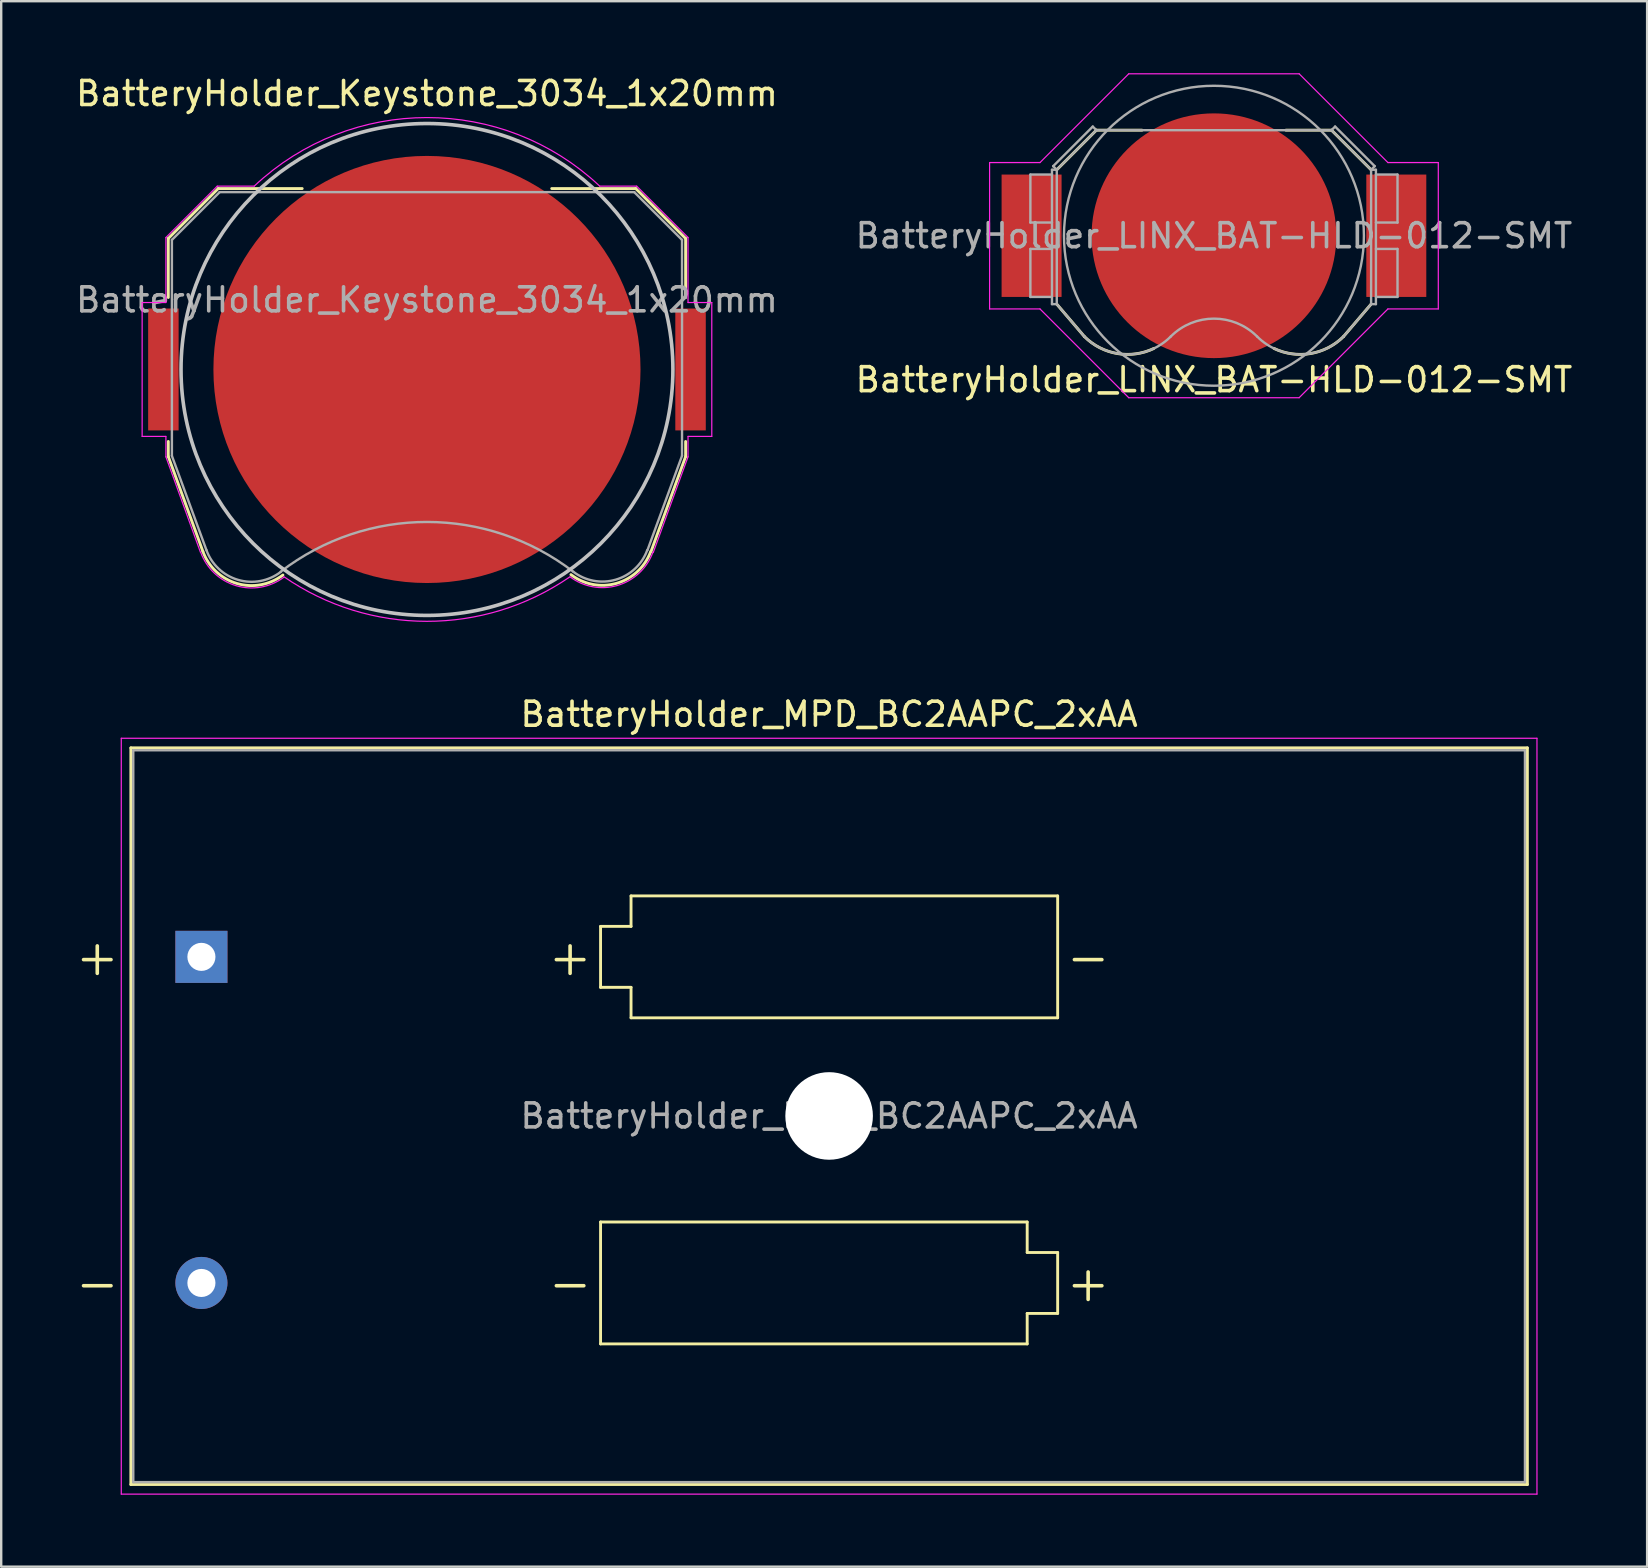
<source format=kicad_pcb>
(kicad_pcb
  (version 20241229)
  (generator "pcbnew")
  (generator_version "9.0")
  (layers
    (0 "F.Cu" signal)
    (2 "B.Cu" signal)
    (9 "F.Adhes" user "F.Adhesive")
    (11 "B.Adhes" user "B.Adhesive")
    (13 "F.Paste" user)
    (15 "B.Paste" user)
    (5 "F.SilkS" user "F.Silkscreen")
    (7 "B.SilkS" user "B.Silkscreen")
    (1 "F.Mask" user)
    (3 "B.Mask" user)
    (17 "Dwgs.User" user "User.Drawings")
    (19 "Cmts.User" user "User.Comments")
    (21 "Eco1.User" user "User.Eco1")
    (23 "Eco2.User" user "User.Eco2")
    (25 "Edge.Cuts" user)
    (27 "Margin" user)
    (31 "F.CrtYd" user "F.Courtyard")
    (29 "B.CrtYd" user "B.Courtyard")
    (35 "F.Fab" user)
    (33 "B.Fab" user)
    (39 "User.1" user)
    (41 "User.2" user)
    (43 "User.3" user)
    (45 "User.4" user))
  (footprint "BatteryHolder_Keystone_3034_1x20mm"
    (layer "F.Cu")
    (at 14.744 12.348)
    (property "Reference" "BatteryHolder_Keystone_3034_1x20mm" (at 0 -11.5 0) (layer "F.SilkS") (effects (font (size 1 1) (thickness 0.15))))
    (attr smd)
    (fp_line (start -10.78 -5.46) (end -10.78 -3) (stroke (width 0.12) (type solid)) (layer "F.SilkS"))
    (fp_line (start -10.78 3) (end -10.78 3.63) (stroke (width 0.12) (type solid)) (layer "F.SilkS"))
    (fp_line (start -10.78 3.63) (end -9.34 7.58) (stroke (width 0.12) (type solid)) (layer "F.SilkS"))
    (fp_line (start -8.7 -7.54) (end -10.78 -5.46) (stroke (width 0.12) (type solid)) (layer "F.SilkS"))
    (fp_line (start -5.2 -7.54) (end -8.7 -7.54) (stroke (width 0.12) (type solid)) (layer "F.SilkS"))
    (fp_line (start 8.7 -7.54) (end 5.2 -7.54) (stroke (width 0.12) (type solid)) (layer "F.SilkS"))
    (fp_line (start 8.7 -7.54) (end 10.78 -5.46) (stroke (width 0.12) (type solid)) (layer "F.SilkS"))
    (fp_line (start 10.78 -5.46) (end 10.78 -3) (stroke (width 0.12) (type solid)) (layer "F.SilkS"))
    (fp_line (start 10.78 3) (end 10.78 3.63) (stroke (width 0.12) (type solid)) (layer "F.SilkS"))
    (fp_line (start 10.78 3.63) (end 9.34 7.58) (stroke (width 0.12) (type solid)) (layer "F.SilkS"))
    (fp_arc (start -6.003354 8.56653) (mid -7.921654 8.918738) (end -9.34 7.58) (stroke (width 0.12) (type solid)) (layer "F.SilkS"))
    (fp_arc (start 9.325243 7.588169) (mid 7.90634 8.911668) (end 6 8.55) (stroke (width 0.12) (type solid)) (layer "F.SilkS"))
    (fp_circle (center 0 0) (end 0 10.25) (stroke (width 0.15) (type solid)) (fill no) (layer "Dwgs.User"))
    (fp_line (start -11.87 -2.79) (end -11.87 2.79) (stroke (width 0.05) (type solid)) (layer "F.CrtYd"))
    (fp_line (start -11.87 2.79) (end -10.88 2.79) (stroke (width 0.05) (type solid)) (layer "F.CrtYd"))
    (fp_line (start -10.88 -5.5) (end -10.88 -2.79) (stroke (width 0.05) (type solid)) (layer "F.CrtYd"))
    (fp_line (start -10.88 -2.79) (end -11.87 -2.79) (stroke (width 0.05) (type solid)) (layer "F.CrtYd"))
    (fp_line (start -10.88 2.79) (end -10.88 3.64) (stroke (width 0.05) (type solid)) (layer "F.CrtYd"))
    (fp_line (start -10.88 3.64) (end -9.44 7.62) (stroke (width 0.05) (type solid)) (layer "F.CrtYd"))
    (fp_line (start -8.74 -7.64) (end -10.88 -5.5) (stroke (width 0.05) (type solid)) (layer "F.CrtYd"))
    (fp_line (start -7.2 -7.64) (end -8.74 -7.64) (stroke (width 0.05) (type solid)) (layer "F.CrtYd"))
    (fp_line (start 8.74 -7.64) (end 7.2 -7.64) (stroke (width 0.05) (type solid)) (layer "F.CrtYd"))
    (fp_line (start 9.43 7.63) (end 10.88 3.64) (stroke (width 0.05) (type solid)) (layer "F.CrtYd"))
    (fp_line (start 10.88 -5.5) (end 8.74 -7.64) (stroke (width 0.05) (type solid)) (layer "F.CrtYd"))
    (fp_line (start 10.88 -2.79) (end 10.88 -5.5) (stroke (width 0.05) (type solid)) (layer "F.CrtYd"))
    (fp_line (start 10.88 2.79) (end 11.87 2.79) (stroke (width 0.05) (type solid)) (layer "F.CrtYd"))
    (fp_line (start 10.88 3.64) (end 10.88 2.79) (stroke (width 0.05) (type solid)) (layer "F.CrtYd"))
    (fp_line (start 11.87 -2.79) (end 10.88 -2.79) (stroke (width 0.05) (type solid)) (layer "F.CrtYd"))
    (fp_line (start 11.87 2.79) (end 11.87 -2.79) (stroke (width 0.05) (type solid)) (layer "F.CrtYd"))
    (fp_arc (start -7.199546 -7.640427) (mid 0.000312 -10.498075) (end 7.2 -7.64) (stroke (width 0.05) (type solid)) (layer "F.CrtYd"))
    (fp_arc (start -5.956965 8.654604) (mid -7.953941 9.011629) (end -9.43 7.62) (stroke (width 0.05) (type solid)) (layer "F.CrtYd"))
    (fp_arc (start 5.945368 8.650075) (mid -0.008883 10.496243) (end -5.96 8.64) (stroke (width 0.05) (type solid)) (layer "F.CrtYd"))
    (fp_arc (start 9.415144 7.621341) (mid 7.944017 9.000493) (end 5.96 8.64) (stroke (width 0.05) (type solid)) (layer "F.CrtYd"))
    (fp_line (start -10.63 -5.4) (end -8.64 -7.39) (stroke (width 0.1) (type solid)) (layer "F.Fab"))
    (fp_line (start -10.63 3.6) (end -10.63 -5.4) (stroke (width 0.1) (type solid)) (layer "F.Fab"))
    (fp_line (start -9.19 7.53) (end -10.63 3.6) (stroke (width 0.1) (type solid)) (layer "F.Fab"))
    (fp_line (start -8.64 -7.39) (end 8.64 -7.39) (stroke (width 0.1) (type solid)) (layer "F.Fab"))
    (fp_line (start 8.64 -7.39) (end 10.63 -5.4) (stroke (width 0.1) (type solid)) (layer "F.Fab"))
    (fp_line (start 10.63 -5.4) (end 10.63 3.6) (stroke (width 0.1) (type solid)) (layer "F.Fab"))
    (fp_line (start 10.63 3.6) (end 9.19 7.53) (stroke (width 0.1) (type solid)) (layer "F.Fab"))
    (fp_arc (start -6.096146 8.438508) (mid -7.87328 8.768206) (end -9.19 7.53) (stroke (width 0.1) (type solid)) (layer "F.Fab"))
    (fp_arc (start -6.094852 8.426043) (mid 0.003247 6.355257) (end 6.1 8.43) (stroke (width 0.1) (type solid)) (layer "F.Fab"))
    (fp_arc (start 9.180727 7.528882) (mid 7.868698 8.760067) (end 6.1 8.43) (stroke (width 0.1) (type solid)) (layer "F.Fab"))
    (fp_text user "${REFERENCE}" (at 0 -2.9 0) (layer "F.Fab") (effects (font (size 1 1) (thickness 0.15))))
    (pad "1" smd rect (at -10.985 0) (size 1.27 5.08) (layers "F.Cu" "F.Mask" "F.Paste"))
    (pad "1" smd rect (at 10.985 0) (size 1.27 5.08) (layers "F.Cu" "F.Mask" "F.Paste"))
    (pad "2" smd circle (at 0 0) (size 17.8 17.8) (layers "F.Cu" "F.Mask")))
  (footprint "BatteryHolder_MPD_BC2AAPC_2xAA"
    (layer "F.Cu")
    (at 5.344 36.828)
    (property "Reference" "BatteryHolder_MPD_BC2AAPC_2xAA" (at 26.16 -10.11 0) (layer "F.SilkS") (effects (font (size 1 1) (thickness 0.15))))
    (attr through_hole)
    (fp_line (start -2.94 -8.71) (end -2.94 21.99) (stroke (width 0.12) (type solid)) (layer "F.SilkS"))
    (fp_line (start -2.94 21.99) (end 55.26 21.99) (stroke (width 0.12) (type solid)) (layer "F.SilkS"))
    (fp_line (start 16.635 -1.27) (end 17.905 -1.27) (stroke (width 0.12) (type solid)) (layer "F.SilkS"))
    (fp_line (start 16.635 1.27) (end 16.635 -1.27) (stroke (width 0.12) (type solid)) (layer "F.SilkS"))
    (fp_line (start 16.635 11.05) (end 16.635 16.13) (stroke (width 0.12) (type solid)) (layer "F.SilkS"))
    (fp_line (start 16.635 16.13) (end 34.415 16.13) (stroke (width 0.12) (type solid)) (layer "F.SilkS"))
    (fp_line (start 17.905 -2.54) (end 35.685 -2.54) (stroke (width 0.12) (type solid)) (layer "F.SilkS"))
    (fp_line (start 17.905 -1.27) (end 17.905 -2.54) (stroke (width 0.12) (type solid)) (layer "F.SilkS"))
    (fp_line (start 17.905 1.27) (end 16.635 1.27) (stroke (width 0.12) (type solid)) (layer "F.SilkS"))
    (fp_line (start 17.905 2.54) (end 17.905 1.27) (stroke (width 0.12) (type solid)) (layer "F.SilkS"))
    (fp_line (start 34.415 11.05) (end 16.635 11.05) (stroke (width 0.12) (type solid)) (layer "F.SilkS"))
    (fp_line (start 34.415 12.32) (end 34.415 11.05) (stroke (width 0.12) (type solid)) (layer "F.SilkS"))
    (fp_line (start 34.415 14.86) (end 35.685 14.86) (stroke (width 0.12) (type solid)) (layer "F.SilkS"))
    (fp_line (start 34.415 16.13) (end 34.415 14.86) (stroke (width 0.12) (type solid)) (layer "F.SilkS"))
    (fp_line (start 35.685 -2.54) (end 35.685 2.54) (stroke (width 0.12) (type solid)) (layer "F.SilkS"))
    (fp_line (start 35.685 2.54) (end 17.905 2.54) (stroke (width 0.12) (type solid)) (layer "F.SilkS"))
    (fp_line (start 35.685 12.32) (end 34.415 12.32) (stroke (width 0.12) (type solid)) (layer "F.SilkS"))
    (fp_line (start 35.685 14.86) (end 35.685 12.32) (stroke (width 0.12) (type solid)) (layer "F.SilkS"))
    (fp_line (start 55.26 -8.71) (end -2.94 -8.71) (stroke (width 0.12) (type solid)) (layer "F.SilkS"))
    (fp_line (start 55.26 21.99) (end 55.26 -8.71) (stroke (width 0.12) (type solid)) (layer "F.SilkS"))
    (fp_line (start -3.34 -9.11) (end -3.34 22.39) (stroke (width 0.05) (type solid)) (layer "F.CrtYd"))
    (fp_line (start -3.34 22.39) (end 55.66 22.39) (stroke (width 0.05) (type solid)) (layer "F.CrtYd"))
    (fp_line (start 55.66 -9.11) (end -3.34 -9.11) (stroke (width 0.05) (type solid)) (layer "F.CrtYd"))
    (fp_line (start 55.66 22.39) (end 55.66 -9.11) (stroke (width 0.05) (type solid)) (layer "F.CrtYd"))
    (fp_line (start -2.84 -8.61) (end -2.84 21.89) (stroke (width 0.1) (type solid)) (layer "F.Fab"))
    (fp_line (start -2.84 21.89) (end 55.16 21.89) (stroke (width 0.1) (type solid)) (layer "F.Fab"))
    (fp_line (start 55.16 -8.61) (end -2.84 -8.61) (stroke (width 0.1) (type solid)) (layer "F.Fab"))
    (fp_line (start 55.16 21.89) (end 55.16 -8.61) (stroke (width 0.1) (type solid)) (layer "F.Fab"))
    (fp_text user "+" (at -4.34 0 0) (layer "F.SilkS") (effects (font (size 1.5 1.5) (thickness 0.15))))
    (fp_text user "+" (at 36.955 13.59 0) (layer "F.SilkS") (effects (font (size 1.5 1.5) (thickness 0.15))))
    (fp_text user "-" (at -4.34 13.59 0) (layer "F.SilkS") (effects (font (size 1.5 1.5) (thickness 0.15))))
    (fp_text user "-" (at 36.955 0 0) (layer "F.SilkS") (effects (font (size 1.5 1.5) (thickness 0.15))))
    (fp_text user "+" (at 15.365 0 0) (layer "F.SilkS") (effects (font (size 1.5 1.5) (thickness 0.15))))
    (fp_text user "-" (at 15.365 13.59 0) (layer "F.SilkS") (effects (font (size 1.5 1.5) (thickness 0.15))))
    (fp_text user "${REFERENCE}" (at 26.16 6.63 0) (layer "F.Fab") (effects (font (size 1 1) (thickness 0.15))))
    (pad "" np_thru_hole circle (at 26.16 6.63) (size 3.65 3.65) (drill 3.65) (layers "*.Cu" "*.Mask"))
    (pad "1" thru_hole rect (at 0 0) (size 2.17 2.17) (drill 1.17) (layers "*.Cu" "*.Mask"))
    (pad "2" thru_hole circle (at 0 13.59) (size 2.17 2.17) (drill 1.17) (layers "*.Cu" "*.Mask")))
  (footprint "BatteryHolder_LINX_BAT-HLD-012-SMT"
    (layer "F.Cu")
    (at 47.542 6.775)
    (property "Reference" "BatteryHolder_LINX_BAT-HLD-012-SMT" (at 0 6 0) (layer "F.SilkS") (effects (font (size 1 1) (thickness 0.15))))
    (attr smd)
    (fp_line (start -6.55 -2.75) (end -4.9 -4.4) (stroke (width 0.12) (type solid)) (layer "F.SilkS"))
    (fp_line (start -6.55 2.85) (end -5.4 4.2) (stroke (width 0.12) (type solid)) (layer "F.SilkS"))
    (fp_line (start -4.9 -4.4) (end -3 -4.4) (stroke (width 0.12) (type solid)) (layer "F.SilkS"))
    (fp_line (start 4.9 -4.4) (end 3 -4.4) (stroke (width 0.12) (type solid)) (layer "F.SilkS"))
    (fp_line (start 4.9 -4.4) (end 6.55 -2.75) (stroke (width 0.12) (type solid)) (layer "F.SilkS"))
    (fp_line (start 6.55 2.85) (end 5.4 4.2) (stroke (width 0.12) (type solid)) (layer "F.SilkS"))
    (fp_arc (start -2.504098 4.697607) (mid -4.031094 4.908816) (end -5.4 4.2) (stroke (width 0.12) (type solid)) (layer "F.SilkS"))
    (fp_arc (start 5.4 4.2) (mid 4.029781 4.909041) (end 2.501694 4.696459) (stroke (width 0.12) (type solid)) (layer "F.SilkS"))
    (fp_line (start -9.35 -3.05) (end -7.25 -3.05) (stroke (width 0.05) (type solid)) (layer "F.CrtYd"))
    (fp_line (start -9.35 3.05) (end -9.35 -3.05) (stroke (width 0.05) (type solid)) (layer "F.CrtYd"))
    (fp_line (start -9.35 3.05) (end -7.25 3.05) (stroke (width 0.05) (type solid)) (layer "F.CrtYd"))
    (fp_line (start -7.25 -3.05) (end -3.55 -6.75) (stroke (width 0.05) (type solid)) (layer "F.CrtYd"))
    (fp_line (start -3.55 -6.75) (end 3.55 -6.75) (stroke (width 0.05) (type solid)) (layer "F.CrtYd"))
    (fp_line (start -3.55 6.75) (end -7.25 3.05) (stroke (width 0.05) (type solid)) (layer "F.CrtYd"))
    (fp_line (start -3.55 6.75) (end 3.55 6.75) (stroke (width 0.05) (type solid)) (layer "F.CrtYd"))
    (fp_line (start 3.55 -6.75) (end 7.25 -3.05) (stroke (width 0.05) (type solid)) (layer "F.CrtYd"))
    (fp_line (start 3.55 6.75) (end 7.25 3.05) (stroke (width 0.05) (type solid)) (layer "F.CrtYd"))
    (fp_line (start 7.25 -3.05) (end 9.35 -3.05) (stroke (width 0.05) (type solid)) (layer "F.CrtYd"))
    (fp_line (start 9.35 -3.05) (end 9.35 3.05) (stroke (width 0.05) (type solid)) (layer "F.CrtYd"))
    (fp_line (start 9.35 3.05) (end 7.25 3.05) (stroke (width 0.05) (type solid)) (layer "F.CrtYd"))
    (fp_line (start -7.65 -2.55) (end -7.65 -0.55) (stroke (width 0.1) (type solid)) (layer "F.Fab"))
    (fp_line (start -7.65 -2.55) (end -6.75 -2.55) (stroke (width 0.1) (type solid)) (layer "F.Fab"))
    (fp_line (start -7.65 -0.55) (end -6.75 -0.55) (stroke (width 0.1) (type solid)) (layer "F.Fab"))
    (fp_line (start -7.65 0.55) (end -7.65 2.55) (stroke (width 0.1) (type solid)) (layer "F.Fab"))
    (fp_line (start -7.65 2.55) (end -6.75 2.55) (stroke (width 0.1) (type solid)) (layer "F.Fab"))
    (fp_line (start -6.75 -2.75) (end -6.55 -2.75) (stroke (width 0.1) (type solid)) (layer "F.Fab"))
    (fp_line (start -6.75 0.55) (end -7.65 0.55) (stroke (width 0.1) (type solid)) (layer "F.Fab"))
    (fp_line (start -6.75 2.85) (end -6.75 -2.75) (stroke (width 0.1) (type solid)) (layer "F.Fab"))
    (fp_line (start -6.75 2.85) (end -6.55 2.85) (stroke (width 0.1) (type solid)) (layer "F.Fab"))
    (fp_line (start -6.7 -2.9) (end -5.05 -4.55) (stroke (width 0.1) (type solid)) (layer "F.Fab"))
    (fp_line (start -6.55 -2.75) (end -6.7 -2.9) (stroke (width 0.1) (type solid)) (layer "F.Fab"))
    (fp_line (start -6.55 -2.75) (end -4.9 -4.4) (stroke (width 0.1) (type solid)) (layer "F.Fab"))
    (fp_line (start -6.55 2.85) (end -6.55 -2.75) (stroke (width 0.1) (type solid)) (layer "F.Fab"))
    (fp_line (start -6.55 2.85) (end -5.4 4.2) (stroke (width 0.1) (type solid)) (layer "F.Fab"))
    (fp_line (start -5.05 -4.55) (end -4.9 -4.4) (stroke (width 0.1) (type solid)) (layer "F.Fab"))
    (fp_line (start 4.9 -4.4) (end -4.9 -4.4) (stroke (width 0.1) (type solid)) (layer "F.Fab"))
    (fp_line (start 5.05 -4.55) (end 4.9 -4.4) (stroke (width 0.1) (type solid)) (layer "F.Fab"))
    (fp_line (start 6.55 -2.75) (end 4.9 -4.4) (stroke (width 0.1) (type solid)) (layer "F.Fab"))
    (fp_line (start 6.55 -2.75) (end 6.7 -2.9) (stroke (width 0.1) (type solid)) (layer "F.Fab"))
    (fp_line (start 6.55 -2.75) (end 6.75 -2.75) (stroke (width 0.1) (type solid)) (layer "F.Fab"))
    (fp_line (start 6.55 2.85) (end 5.4 4.2) (stroke (width 0.1) (type solid)) (layer "F.Fab"))
    (fp_line (start 6.55 2.85) (end 6.55 -2.75) (stroke (width 0.1) (type solid)) (layer "F.Fab"))
    (fp_line (start 6.7 -2.9) (end 5.05 -4.55) (stroke (width 0.1) (type solid)) (layer "F.Fab"))
    (fp_line (start 6.75 -0.55) (end 7.65 -0.55) (stroke (width 0.1) (type solid)) (layer "F.Fab"))
    (fp_line (start 6.75 2.55) (end 7.65 2.55) (stroke (width 0.1) (type solid)) (layer "F.Fab"))
    (fp_line (start 6.75 2.85) (end 6.55 2.85) (stroke (width 0.1) (type solid)) (layer "F.Fab"))
    (fp_line (start 6.75 2.85) (end 6.75 -2.75) (stroke (width 0.1) (type solid)) (layer "F.Fab"))
    (fp_line (start 7.65 -2.55) (end 6.75 -2.55) (stroke (width 0.1) (type solid)) (layer "F.Fab"))
    (fp_line (start 7.65 -0.55) (end 7.65 -2.55) (stroke (width 0.1) (type solid)) (layer "F.Fab"))
    (fp_line (start 7.65 0.55) (end 6.75 0.55) (stroke (width 0.1) (type solid)) (layer "F.Fab"))
    (fp_line (start 7.65 2.55) (end 7.65 0.55) (stroke (width 0.1) (type solid)) (layer "F.Fab"))
    (fp_arc (start -1.8 4.2) (mid -3.6 4.945584) (end -5.4 4.2) (stroke (width 0.1) (type solid)) (layer "F.Fab"))
    (fp_arc (start -1.8 4.2) (mid 0 3.454416) (end 1.8 4.2) (stroke (width 0.1) (type solid)) (layer "F.Fab"))
    (fp_arc (start 5.4 4.2) (mid 3.6 4.945584) (end 1.8 4.2) (stroke (width 0.1) (type solid)) (layer "F.Fab"))
    (fp_circle (center 0 0) (end -6.25 0) (stroke (width 0.1) (type solid)) (fill no) (layer "F.Fab"))
    (fp_text user "${REFERENCE}" (at 0 0 0) (layer "F.Fab") (effects (font (size 1 1) (thickness 0.15))))
    (pad "1" smd rect (at -7.6 0) (size 2.5 5.1) (layers "F.Cu" "F.Mask" "F.Paste"))
    (pad "1" smd rect (at 7.6 0) (size 2.5 5.1) (layers "F.Cu" "F.Mask" "F.Paste"))
    (pad "2" smd circle (at 0 0) (size 10.2 10.2) (layers "F.Cu" "F.Mask")))
  (gr_rect
    (start -3 -3)
    (end 65.595 62.243)
    (stroke (width 0.1) (type default))
    (fill no)
    (layer "Edge.Cuts")))
</source>
